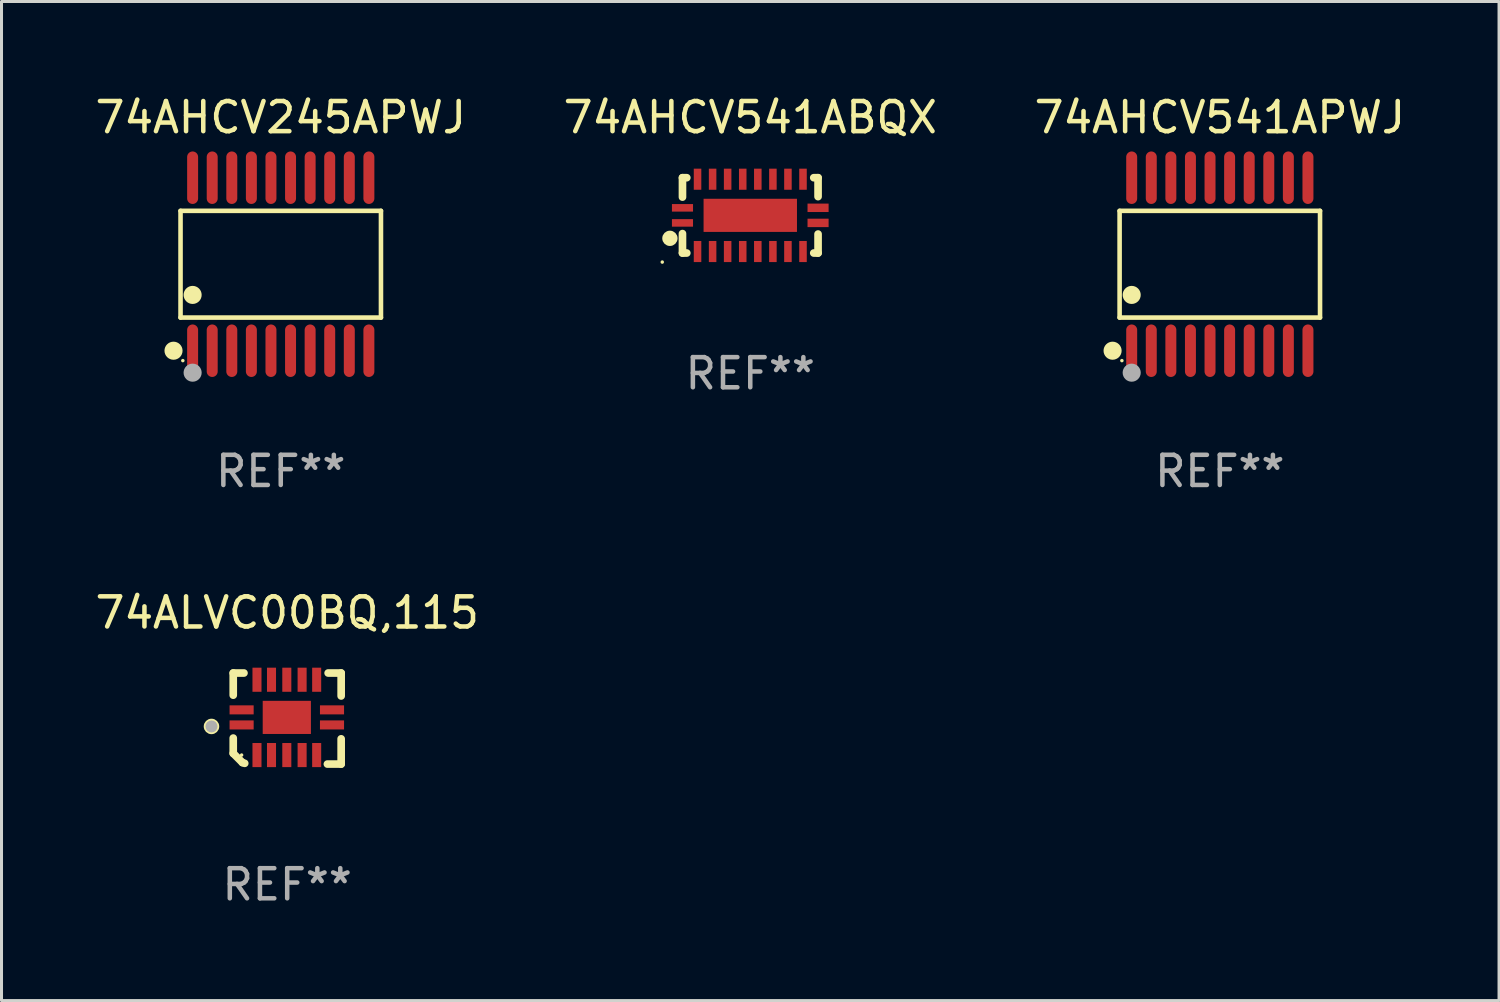
<source format=kicad_pcb>
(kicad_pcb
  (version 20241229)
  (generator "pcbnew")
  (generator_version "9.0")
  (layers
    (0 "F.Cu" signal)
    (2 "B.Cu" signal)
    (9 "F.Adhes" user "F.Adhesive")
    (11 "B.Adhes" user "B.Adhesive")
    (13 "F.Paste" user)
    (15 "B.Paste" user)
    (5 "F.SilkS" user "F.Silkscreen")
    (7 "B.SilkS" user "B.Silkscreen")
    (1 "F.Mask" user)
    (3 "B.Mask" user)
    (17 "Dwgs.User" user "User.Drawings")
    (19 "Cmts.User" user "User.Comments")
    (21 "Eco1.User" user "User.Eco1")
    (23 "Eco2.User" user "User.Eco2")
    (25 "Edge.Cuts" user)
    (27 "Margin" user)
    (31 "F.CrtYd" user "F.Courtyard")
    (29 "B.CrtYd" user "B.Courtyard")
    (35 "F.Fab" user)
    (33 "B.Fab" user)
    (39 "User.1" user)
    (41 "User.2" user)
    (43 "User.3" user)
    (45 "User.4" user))
  (footprint "74AHCV245APWJ"
    (layer "F.Cu")
    (at 6.268 5.719)
    (property "Reference" "74AHCV245APWJ" (at 0 -4.871 0) (layer "F.SilkS") (effects (font (size 1 1) (thickness 0.15))))
    (attr through_hole)
    (fp_line (start -3.326 -1.771) (end 3.326 -1.771) (stroke (width 0.152) (type solid)) (layer "F.SilkS"))
    (fp_line (start -3.326 1.771) (end -3.326 -1.771) (stroke (width 0.152) (type solid)) (layer "F.SilkS"))
    (fp_line (start 3.326 -1.771) (end 3.326 1.771) (stroke (width 0.152) (type solid)) (layer "F.SilkS"))
    (fp_line (start 3.326 1.771) (end -3.326 1.771) (stroke (width 0.152) (type solid)) (layer "F.SilkS"))
    (fp_circle (center -3.559 2.871) (end -3.409 2.871) (stroke (width 0.3) (type solid)) (fill no) (layer "F.SilkS"))
    (fp_circle (center -3.25 3.2) (end -3.22 3.2) (stroke (width 0.06) (type solid)) (fill no) (layer "F.SilkS"))
    (fp_circle (center -2.925 1.019) (end -2.775 1.019) (stroke (width 0.3) (type solid)) (fill no) (layer "F.SilkS"))
    (fp_circle (center -2.925 3.6) (end -2.775 3.6) (stroke (width 0.3) (type solid)) (fill no) (layer "F.Fab"))
    (fp_text user "REF**" (at 0 6.871 0) (layer "F.Fab") (effects (font (size 1 1) (thickness 0.15))))
    (pad "1" smd oval (at -2.925 2.871) (size 0.364 1.742) (layers "F.Cu" "F.Mask" "F.Paste"))
    (pad "2" smd oval (at -2.275 2.871) (size 0.364 1.742) (layers "F.Cu" "F.Mask" "F.Paste"))
    (pad "3" smd oval (at -1.625 2.871) (size 0.364 1.742) (layers "F.Cu" "F.Mask" "F.Paste"))
    (pad "4" smd oval (at -0.975 2.871) (size 0.364 1.742) (layers "F.Cu" "F.Mask" "F.Paste"))
    (pad "5" smd oval (at -0.325 2.871) (size 0.364 1.742) (layers "F.Cu" "F.Mask" "F.Paste"))
    (pad "6" smd oval (at 0.325 2.871) (size 0.364 1.742) (layers "F.Cu" "F.Mask" "F.Paste"))
    (pad "7" smd oval (at 0.975 2.871) (size 0.364 1.742) (layers "F.Cu" "F.Mask" "F.Paste"))
    (pad "8" smd oval (at 1.625 2.871) (size 0.364 1.742) (layers "F.Cu" "F.Mask" "F.Paste"))
    (pad "9" smd oval (at 2.275 2.871) (size 0.364 1.742) (layers "F.Cu" "F.Mask" "F.Paste"))
    (pad "10" smd oval (at 2.925 2.871) (size 0.364 1.742) (layers "F.Cu" "F.Mask" "F.Paste"))
    (pad "11" smd oval (at 2.925 -2.871) (size 0.364 1.742) (layers "F.Cu" "F.Mask" "F.Paste"))
    (pad "12" smd oval (at 2.275 -2.871) (size 0.364 1.742) (layers "F.Cu" "F.Mask" "F.Paste"))
    (pad "13" smd oval (at 1.625 -2.871) (size 0.364 1.742) (layers "F.Cu" "F.Mask" "F.Paste"))
    (pad "14" smd oval (at 0.975 -2.871) (size 0.364 1.742) (layers "F.Cu" "F.Mask" "F.Paste"))
    (pad "15" smd oval (at 0.325 -2.871) (size 0.364 1.742) (layers "F.Cu" "F.Mask" "F.Paste"))
    (pad "16" smd oval (at -0.325 -2.871) (size 0.364 1.742) (layers "F.Cu" "F.Mask" "F.Paste"))
    (pad "17" smd oval (at -0.975 -2.871) (size 0.364 1.742) (layers "F.Cu" "F.Mask" "F.Paste"))
    (pad "18" smd oval (at -1.625 -2.871) (size 0.364 1.742) (layers "F.Cu" "F.Mask" "F.Paste"))
    (pad "19" smd oval (at -2.275 -2.871) (size 0.364 1.742) (layers "F.Cu" "F.Mask" "F.Paste"))
    (pad "20" smd oval (at -2.925 -2.871) (size 0.364 1.742) (layers "F.Cu" "F.Mask" "F.Paste")))
  (footprint "74AHCV541ABQX"
    (layer "F.Cu")
    (at 21.851 4.098)
    (property "Reference" "74AHCV541ABQX" (at 0 -3.25 0) (layer "F.SilkS") (effects (font (size 1 1) (thickness 0.15))))
    (attr through_hole)
    (fp_line (start -2.25 0.605) (end -2.25 1.25) (stroke (width 0.254) (type solid)) (layer "F.SilkS"))
    (fp_line (start -2.25 1.25) (end -2.107 1.25) (stroke (width 0.254) (type solid)) (layer "F.SilkS"))
    (fp_line (start -2.25 -1.25) (end -2.25 -0.606) (stroke (width 0.254) (type solid)) (layer "F.SilkS"))
    (fp_line (start -2.25 -1.25) (end -2.107 -1.25) (stroke (width 0.254) (type solid)) (layer "F.SilkS"))
    (fp_line (start 2.107 -1.25) (end 2.25 -1.25) (stroke (width 0.254) (type solid)) (layer "F.SilkS"))
    (fp_line (start 2.107 1.25) (end 2.25 1.25) (stroke (width 0.254) (type solid)) (layer "F.SilkS"))
    (fp_line (start 2.25 -1.25) (end 2.25 -0.622) (stroke (width 0.254) (type solid)) (layer "F.SilkS"))
    (fp_line (start 2.25 0.62) (end 2.25 1.25) (stroke (width 0.254) (type solid)) (layer "F.SilkS"))
    (fp_circle (center -2.921 1.55) (end -2.891 1.55) (stroke (width 0.06) (type solid)) (fill no) (layer "F.SilkS"))
    (fp_circle (center -2.667 0.762) (end -2.54 0.762) (stroke (width 0.254) (type solid)) (fill no) (layer "F.SilkS"))
    (fp_text user "REF**" (at 0 5.25 0) (layer "F.Fab") (effects (font (size 1 1) (thickness 0.15))))
    (pad "1" smd rect (at -2.25 0.25 180) (size 0.7 0.25) (layers "F.Cu" "F.Mask" "F.Paste"))
    (pad "2" smd rect (at -1.75 1.2 90) (size 0.7 0.25) (layers "F.Cu" "F.Mask" "F.Paste"))
    (pad "3" smd rect (at -1.25 1.2 90) (size 0.7 0.25) (layers "F.Cu" "F.Mask" "F.Paste"))
    (pad "4" smd rect (at -0.751 1.2 90) (size 0.7 0.25) (layers "F.Cu" "F.Mask" "F.Paste"))
    (pad "5" smd rect (at -0.25 1.2 90) (size 0.7 0.25) (layers "F.Cu" "F.Mask" "F.Paste"))
    (pad "6" smd rect (at 0.25 1.2 90) (size 0.7 0.25) (layers "F.Cu" "F.Mask" "F.Paste"))
    (pad "7" smd rect (at 0.751 1.2 90) (size 0.7 0.25) (layers "F.Cu" "F.Mask" "F.Paste"))
    (pad "8" smd rect (at 1.25 1.2 90) (size 0.7 0.25) (layers "F.Cu" "F.Mask" "F.Paste"))
    (pad "9" smd rect (at 1.75 1.2 90) (size 0.7 0.25) (layers "F.Cu" "F.Mask" "F.Paste"))
    (pad "10" smd rect (at 2.25 0.25 180) (size 0.7 0.28) (layers "F.Cu" "F.Mask" "F.Paste"))
    (pad "11" smd rect (at 2.25 -0.251 180) (size 0.7 0.28) (layers "F.Cu" "F.Mask" "F.Paste"))
    (pad "12" smd rect (at 1.75 -1.2 90) (size 0.7 0.25) (layers "F.Cu" "F.Mask" "F.Paste"))
    (pad "13" smd rect (at 1.25 -1.2 90) (size 0.7 0.25) (layers "F.Cu" "F.Mask" "F.Paste"))
    (pad "14" smd rect (at 0.751 -1.2 90) (size 0.7 0.25) (layers "F.Cu" "F.Mask" "F.Paste"))
    (pad "15" smd rect (at 0.25 -1.2 90) (size 0.7 0.25) (layers "F.Cu" "F.Mask" "F.Paste"))
    (pad "16" smd rect (at -0.25 -1.2 90) (size 0.7 0.25) (layers "F.Cu" "F.Mask" "F.Paste"))
    (pad "17" smd rect (at -0.751 -1.2 90) (size 0.7 0.25) (layers "F.Cu" "F.Mask" "F.Paste"))
    (pad "18" smd rect (at -1.25 -1.2 90) (size 0.7 0.25) (layers "F.Cu" "F.Mask" "F.Paste"))
    (pad "19" smd rect (at -1.75 -1.2 90) (size 0.7 0.25) (layers "F.Cu" "F.Mask" "F.Paste"))
    (pad "20" smd rect (at -2.25 -0.25 180) (size 0.7 0.25) (layers "F.Cu" "F.Mask" "F.Paste"))
    (pad "21" smd rect (at 0 -0.001 180) (size 3.1 1.1) (layers "F.Cu" "F.Mask" "F.Paste")))
  (footprint "74AHCV541APWJ"
    (layer "F.Cu")
    (at 37.435 5.719)
    (property "Reference" "74AHCV541APWJ" (at 0 -4.871 0) (layer "F.SilkS") (effects (font (size 1 1) (thickness 0.15))))
    (attr through_hole)
    (fp_line (start -3.326 -1.771) (end 3.326 -1.771) (stroke (width 0.152) (type solid)) (layer "F.SilkS"))
    (fp_line (start -3.326 1.771) (end -3.326 -1.771) (stroke (width 0.152) (type solid)) (layer "F.SilkS"))
    (fp_line (start 3.326 -1.771) (end 3.326 1.771) (stroke (width 0.152) (type solid)) (layer "F.SilkS"))
    (fp_line (start 3.326 1.771) (end -3.326 1.771) (stroke (width 0.152) (type solid)) (layer "F.SilkS"))
    (fp_circle (center -3.559 2.871) (end -3.409 2.871) (stroke (width 0.3) (type solid)) (fill no) (layer "F.SilkS"))
    (fp_circle (center -3.25 3.2) (end -3.22 3.2) (stroke (width 0.06) (type solid)) (fill no) (layer "F.SilkS"))
    (fp_circle (center -2.925 1.019) (end -2.775 1.019) (stroke (width 0.3) (type solid)) (fill no) (layer "F.SilkS"))
    (fp_circle (center -2.925 3.6) (end -2.775 3.6) (stroke (width 0.3) (type solid)) (fill no) (layer "F.Fab"))
    (fp_text user "REF**" (at 0 6.871 0) (layer "F.Fab") (effects (font (size 1 1) (thickness 0.15))))
    (pad "1" smd oval (at -2.925 2.871) (size 0.364 1.742) (layers "F.Cu" "F.Mask" "F.Paste"))
    (pad "2" smd oval (at -2.275 2.871) (size 0.364 1.742) (layers "F.Cu" "F.Mask" "F.Paste"))
    (pad "3" smd oval (at -1.625 2.871) (size 0.364 1.742) (layers "F.Cu" "F.Mask" "F.Paste"))
    (pad "4" smd oval (at -0.975 2.871) (size 0.364 1.742) (layers "F.Cu" "F.Mask" "F.Paste"))
    (pad "5" smd oval (at -0.325 2.871) (size 0.364 1.742) (layers "F.Cu" "F.Mask" "F.Paste"))
    (pad "6" smd oval (at 0.325 2.871) (size 0.364 1.742) (layers "F.Cu" "F.Mask" "F.Paste"))
    (pad "7" smd oval (at 0.975 2.871) (size 0.364 1.742) (layers "F.Cu" "F.Mask" "F.Paste"))
    (pad "8" smd oval (at 1.625 2.871) (size 0.364 1.742) (layers "F.Cu" "F.Mask" "F.Paste"))
    (pad "9" smd oval (at 2.275 2.871) (size 0.364 1.742) (layers "F.Cu" "F.Mask" "F.Paste"))
    (pad "10" smd oval (at 2.925 2.871) (size 0.364 1.742) (layers "F.Cu" "F.Mask" "F.Paste"))
    (pad "11" smd oval (at 2.925 -2.871) (size 0.364 1.742) (layers "F.Cu" "F.Mask" "F.Paste"))
    (pad "12" smd oval (at 2.275 -2.871) (size 0.364 1.742) (layers "F.Cu" "F.Mask" "F.Paste"))
    (pad "13" smd oval (at 1.625 -2.871) (size 0.364 1.742) (layers "F.Cu" "F.Mask" "F.Paste"))
    (pad "14" smd oval (at 0.975 -2.871) (size 0.364 1.742) (layers "F.Cu" "F.Mask" "F.Paste"))
    (pad "15" smd oval (at 0.325 -2.871) (size 0.364 1.742) (layers "F.Cu" "F.Mask" "F.Paste"))
    (pad "16" smd oval (at -0.325 -2.871) (size 0.364 1.742) (layers "F.Cu" "F.Mask" "F.Paste"))
    (pad "17" smd oval (at -0.975 -2.871) (size 0.364 1.742) (layers "F.Cu" "F.Mask" "F.Paste"))
    (pad "18" smd oval (at -1.625 -2.871) (size 0.364 1.742) (layers "F.Cu" "F.Mask" "F.Paste"))
    (pad "19" smd oval (at -2.275 -2.871) (size 0.364 1.742) (layers "F.Cu" "F.Mask" "F.Paste"))
    (pad "20" smd oval (at -2.925 -2.871) (size 0.364 1.742) (layers "F.Cu" "F.Mask" "F.Paste")))
  (footprint "74ALVC00BQ,115"
    (layer "F.Cu")
    (at 6.482 20.798)
    (property "Reference" "74ALVC00BQ,115" (at 0 -3.511 0) (layer "F.SilkS") (effects (font (size 1 1) (thickness 0.15))))
    (attr through_hole)
    (fp_line (start -1.791 -1.511) (end -1.435 -1.511) (stroke (width 0.254) (type solid)) (layer "F.SilkS"))
    (fp_line (start -1.791 -0.775) (end -1.791 -1.511) (stroke (width 0.254) (type solid)) (layer "F.SilkS"))
    (fp_line (start -1.791 1.156) (end -1.791 0.648) (stroke (width 0.254) (type solid)) (layer "F.SilkS"))
    (fp_line (start -1.486 1.461) (end -1.791 1.156) (stroke (width 0.254) (type solid)) (layer "F.SilkS"))
    (fp_line (start -1.41 1.486) (end -1.486 1.461) (stroke (width 0.254) (type solid)) (layer "F.SilkS"))
    (fp_line (start 1.334 1.511) (end 1.791 1.511) (stroke (width 0.254) (type solid)) (layer "F.SilkS"))
    (fp_line (start 1.791 -1.511) (end 1.359 -1.511) (stroke (width 0.254) (type solid)) (layer "F.SilkS"))
    (fp_line (start 1.791 -0.749) (end 1.791 -1.511) (stroke (width 0.254) (type solid)) (layer "F.SilkS"))
    (fp_line (start 1.791 1.511) (end 1.791 0.673) (stroke (width 0.254) (type solid)) (layer "F.SilkS"))
    (fp_circle (center -2.513 0.262) (end -2.383 0.262) (stroke (width 0.254) (type solid)) (fill no) (layer "F.SilkS"))
    (fp_circle (center -1.513 1.212) (end -1.483 1.212) (stroke (width 0.06) (type solid)) (fill no) (layer "F.SilkS"))
    (fp_circle (center -2.513 0.262) (end -2.413 0.262) (stroke (width 0.2) (type solid)) (fill no) (layer "F.Fab"))
    (fp_text user "REF**" (at 0 5.511 0) (layer "F.Fab") (effects (font (size 1 1) (thickness 0.15))))
    (pad "1" smd rect (at -1.513 0.212) (size 0.8 0.3) (layers "F.Cu" "F.Mask" "F.Paste"))
    (pad "2" smd rect (at -1.003 1.212) (size 0.3 0.8) (layers "F.Cu" "F.Mask" "F.Paste"))
    (pad "3" smd rect (at -0.521 1.212) (size 0.3 0.8) (layers "F.Cu" "F.Mask" "F.Paste"))
    (pad "4" smd rect (at -0.013 1.212) (size 0.3 0.8) (layers "F.Cu" "F.Mask" "F.Paste"))
    (pad "5" smd rect (at 0.495 1.212) (size 0.3 0.8) (layers "F.Cu" "F.Mask" "F.Paste"))
    (pad "6" smd rect (at 0.978 1.212) (size 0.3 0.8) (layers "F.Cu" "F.Mask" "F.Paste"))
    (pad "7" smd rect (at 1.487 0.212) (size 0.8 0.3) (layers "F.Cu" "F.Mask" "F.Paste"))
    (pad "8" smd rect (at 1.487 -0.288) (size 0.8 0.3) (layers "F.Cu" "F.Mask" "F.Paste"))
    (pad "9" smd rect (at 0.978 -1.288) (size 0.3 0.8) (layers "F.Cu" "F.Mask" "F.Paste"))
    (pad "10" smd rect (at 0.495 -1.288) (size 0.3 0.8) (layers "F.Cu" "F.Mask" "F.Paste"))
    (pad "11" smd rect (at -0.013 -1.288) (size 0.3 0.8) (layers "F.Cu" "F.Mask" "F.Paste"))
    (pad "12" smd rect (at -0.521 -1.288) (size 0.3 0.8) (layers "F.Cu" "F.Mask" "F.Paste"))
    (pad "13" smd rect (at -1.003 -1.288) (size 0.3 0.8) (layers "F.Cu" "F.Mask" "F.Paste"))
    (pad "14" smd rect (at -1.513 -0.288) (size 0.8 0.3) (layers "F.Cu" "F.Mask" "F.Paste"))
    (pad "15" smd rect (at -0.013 -0.038 90) (size 1.1 1.6) (layers "F.Cu" "F.Mask" "F.Paste")))
  (gr_rect
    (start -3 -3)
    (end 46.702 30.158)
    (stroke (width 0.1) (type default))
    (fill no)
    (layer "Edge.Cuts")))
</source>
